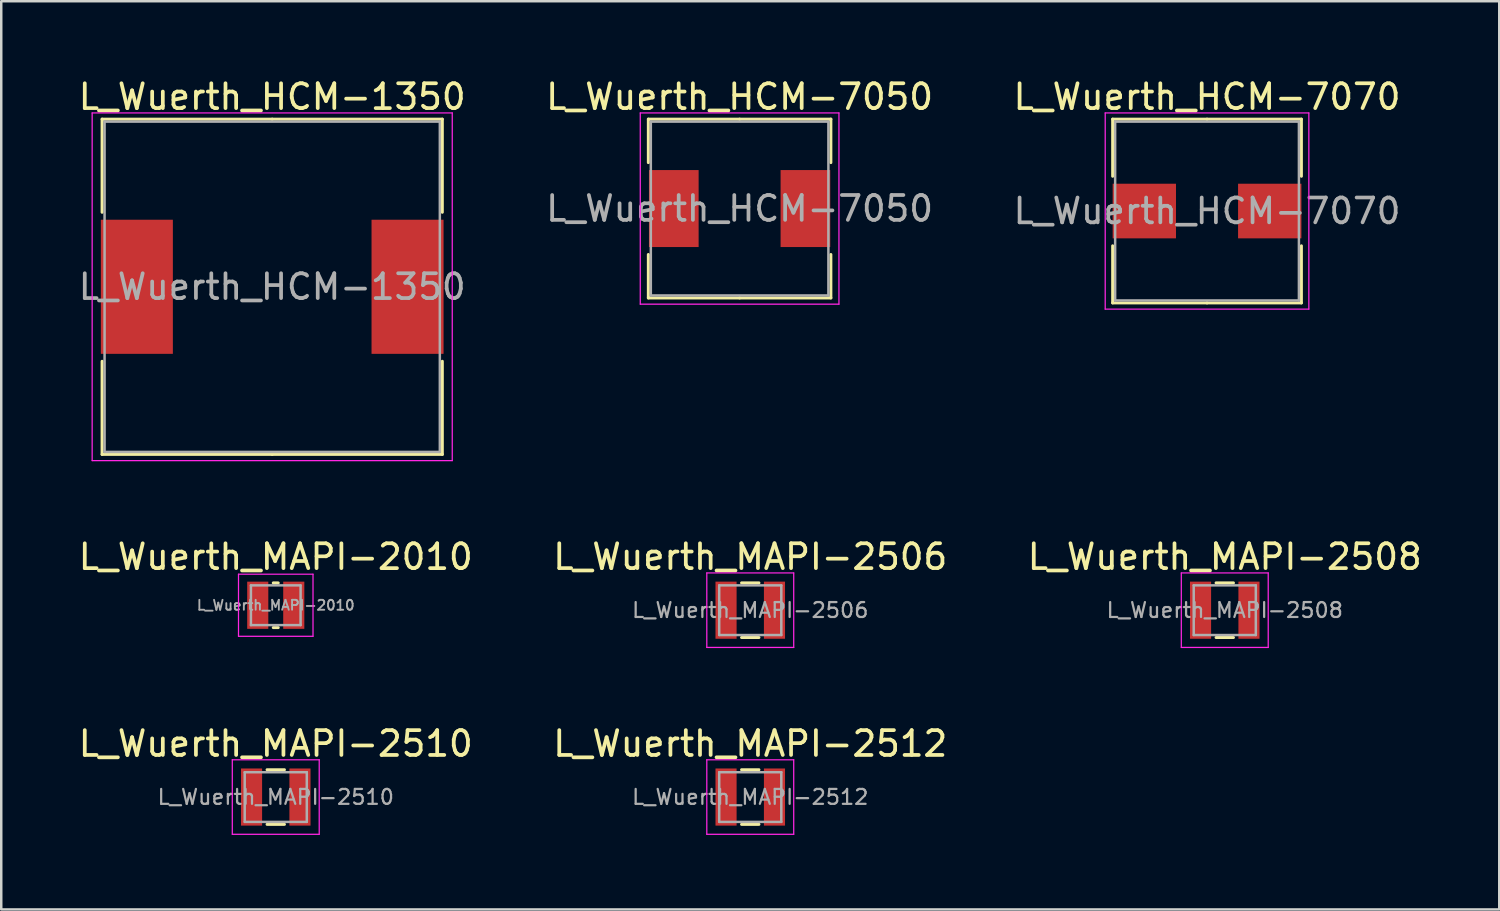
<source format=kicad_pcb>
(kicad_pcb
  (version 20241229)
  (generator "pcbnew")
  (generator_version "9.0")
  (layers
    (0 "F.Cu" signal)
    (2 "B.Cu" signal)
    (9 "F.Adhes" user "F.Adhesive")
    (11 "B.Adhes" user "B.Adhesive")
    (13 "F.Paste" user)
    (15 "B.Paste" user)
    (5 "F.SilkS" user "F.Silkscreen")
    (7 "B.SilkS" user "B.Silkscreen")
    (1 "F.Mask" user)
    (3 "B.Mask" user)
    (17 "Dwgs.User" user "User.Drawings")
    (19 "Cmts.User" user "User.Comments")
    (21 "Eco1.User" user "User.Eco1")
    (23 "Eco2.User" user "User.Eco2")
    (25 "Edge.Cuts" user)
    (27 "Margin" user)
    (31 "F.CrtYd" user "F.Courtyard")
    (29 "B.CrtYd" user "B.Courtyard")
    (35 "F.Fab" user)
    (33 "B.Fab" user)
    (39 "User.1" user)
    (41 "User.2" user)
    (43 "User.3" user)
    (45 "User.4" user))
  (footprint "L_Wuerth_MAPI-2510"
    (layer "F.Cu")
    (at 8.054 29.045)
    (property "Reference" "L_Wuerth_MAPI-2510" (at 0 -2.15 0) (layer "F.SilkS") (effects (font (size 1 1) (thickness 0.15))))
    (attr smd)
    (fp_line (start -0.35 -1.1) (end 0.35 -1.1) (stroke (width 0.12) (type solid)) (layer "F.SilkS"))
    (fp_line (start -0.35 1.1) (end 0.35 1.1) (stroke (width 0.12) (type solid)) (layer "F.SilkS"))
    (fp_line (start -1.75 -1.5) (end -1.75 1.5) (stroke (width 0.05) (type solid)) (layer "F.CrtYd"))
    (fp_line (start -1.75 1.5) (end 1.75 1.5) (stroke (width 0.05) (type solid)) (layer "F.CrtYd"))
    (fp_line (start 1.75 -1.5) (end -1.75 -1.5) (stroke (width 0.05) (type solid)) (layer "F.CrtYd"))
    (fp_line (start 1.75 1.5) (end 1.75 -1.5) (stroke (width 0.05) (type solid)) (layer "F.CrtYd"))
    (fp_line (start -1.25 -1) (end -1.25 1) (stroke (width 0.1) (type solid)) (layer "F.Fab"))
    (fp_line (start -1.25 1) (end 1.25 1) (stroke (width 0.1) (type solid)) (layer "F.Fab"))
    (fp_line (start 1.25 -1) (end -1.25 -1) (stroke (width 0.1) (type solid)) (layer "F.Fab"))
    (fp_line (start 1.25 1) (end 1.25 -1) (stroke (width 0.1) (type solid)) (layer "F.Fab"))
    (fp_text user "${REFERENCE}" (at 0 0 0) (layer "F.Fab") (effects (font (size 0.6 0.6) (thickness 0.09))))
    (pad "1" smd rect (at -0.975 0) (size 0.85 2.3) (layers "F.Cu" "F.Mask" "F.Paste"))
    (pad "2" smd rect (at 0.975 0) (size 0.85 2.3) (layers "F.Cu" "F.Mask" "F.Paste")))
  (footprint "L_Wuerth_MAPI-2010"
    (layer "F.Cu")
    (at 8.054 21.322)
    (property "Reference" "L_Wuerth_MAPI-2010" (at 0 -1.95 0) (layer "F.SilkS") (effects (font (size 1 1) (thickness 0.15))))
    (attr smd)
    (fp_line (start -0.1 -0.9) (end 0.1 -0.9) (stroke (width 0.12) (type solid)) (layer "F.SilkS"))
    (fp_line (start -0.1 0.9) (end 0.1 0.9) (stroke (width 0.12) (type solid)) (layer "F.SilkS"))
    (fp_line (start -1.5 -1.25) (end -1.5 1.25) (stroke (width 0.05) (type solid)) (layer "F.CrtYd"))
    (fp_line (start -1.5 1.25) (end 1.5 1.25) (stroke (width 0.05) (type solid)) (layer "F.CrtYd"))
    (fp_line (start 1.5 -1.25) (end -1.5 -1.25) (stroke (width 0.05) (type solid)) (layer "F.CrtYd"))
    (fp_line (start 1.5 1.25) (end 1.5 -1.25) (stroke (width 0.05) (type solid)) (layer "F.CrtYd"))
    (fp_line (start -1 -0.8) (end -1 0.8) (stroke (width 0.1) (type solid)) (layer "F.Fab"))
    (fp_line (start -1 0.8) (end 1 0.8) (stroke (width 0.1) (type solid)) (layer "F.Fab"))
    (fp_line (start 1 -0.8) (end -1 -0.8) (stroke (width 0.1) (type solid)) (layer "F.Fab"))
    (fp_line (start 1 0.8) (end 1 -0.8) (stroke (width 0.1) (type solid)) (layer "F.Fab"))
    (fp_text user "${REFERENCE}" (at 0 0 0) (layer "F.Fab") (effects (font (size 0.4 0.4) (thickness 0.075))))
    (pad "1" smd rect (at -0.725 0) (size 0.85 1.9) (layers "F.Cu" "F.Mask" "F.Paste"))
    (pad "2" smd rect (at 0.725 0) (size 0.85 1.9) (layers "F.Cu" "F.Mask" "F.Paste")))
  (footprint "L_Wuerth_HCM-7070"
    (layer "F.Cu")
    (at 45.554 5.448)
    (property "Reference" "L_Wuerth_HCM-7070" (at 0 -4.6 0) (layer "F.SilkS") (effects (font (size 1 1) (thickness 0.15))))
    (attr smd)
    (fp_line (start -3.8 -3.7) (end 0 -3.7) (stroke (width 0.12) (type solid)) (layer "F.SilkS"))
    (fp_line (start -3.8 -1.4) (end -3.8 -3.7) (stroke (width 0.12) (type solid)) (layer "F.SilkS"))
    (fp_line (start -3.8 1.4) (end -3.8 3.7) (stroke (width 0.12) (type solid)) (layer "F.SilkS"))
    (fp_line (start -3.8 3.7) (end 0 3.7) (stroke (width 0.12) (type solid)) (layer "F.SilkS"))
    (fp_line (start 3.8 -3.7) (end 0 -3.7) (stroke (width 0.12) (type solid)) (layer "F.SilkS"))
    (fp_line (start 3.8 -1.4) (end 3.8 -3.7) (stroke (width 0.12) (type solid)) (layer "F.SilkS"))
    (fp_line (start 3.8 1.4) (end 3.8 3.7) (stroke (width 0.12) (type solid)) (layer "F.SilkS"))
    (fp_line (start 3.8 3.7) (end 0 3.7) (stroke (width 0.12) (type solid)) (layer "F.SilkS"))
    (fp_line (start -4.1 -3.95) (end -4.1 3.95) (stroke (width 0.05) (type solid)) (layer "F.CrtYd"))
    (fp_line (start -4.1 3.95) (end 4.1 3.95) (stroke (width 0.05) (type solid)) (layer "F.CrtYd"))
    (fp_line (start 4.1 -3.95) (end -4.1 -3.95) (stroke (width 0.05) (type solid)) (layer "F.CrtYd"))
    (fp_line (start 4.1 3.95) (end 4.1 -3.95) (stroke (width 0.05) (type solid)) (layer "F.CrtYd"))
    (fp_line (start -3.7 -3.6) (end -3.7 3.6) (stroke (width 0.1) (type solid)) (layer "F.Fab"))
    (fp_line (start -3.7 3.6) (end 3.7 3.6) (stroke (width 0.1) (type solid)) (layer "F.Fab"))
    (fp_line (start 3.7 -3.6) (end -3.7 -3.6) (stroke (width 0.1) (type solid)) (layer "F.Fab"))
    (fp_line (start 3.7 3.6) (end 3.7 -3.6) (stroke (width 0.1) (type solid)) (layer "F.Fab"))
    (fp_text user "${REFERENCE}" (at 0 0 0) (layer "F.Fab") (effects (font (size 1 1) (thickness 0.15))))
    (pad "1" smd rect (at -2.525 0) (size 2.55 2.2) (layers "F.Cu" "F.Mask" "F.Paste"))
    (pad "2" smd rect (at 2.525 0) (size 2.55 2.2) (layers "F.Cu" "F.Mask" "F.Paste")))
  (footprint "L_Wuerth_MAPI-2506"
    (layer "F.Cu")
    (at 27.161 21.521)
    (property "Reference" "L_Wuerth_MAPI-2506" (at 0 -2.15 0) (layer "F.SilkS") (effects (font (size 1 1) (thickness 0.15))))
    (attr smd)
    (fp_line (start -0.35 -1.1) (end 0.35 -1.1) (stroke (width 0.12) (type solid)) (layer "F.SilkS"))
    (fp_line (start -0.35 1.1) (end 0.35 1.1) (stroke (width 0.12) (type solid)) (layer "F.SilkS"))
    (fp_line (start -1.75 -1.5) (end -1.75 1.5) (stroke (width 0.05) (type solid)) (layer "F.CrtYd"))
    (fp_line (start -1.75 1.5) (end 1.75 1.5) (stroke (width 0.05) (type solid)) (layer "F.CrtYd"))
    (fp_line (start 1.75 -1.5) (end -1.75 -1.5) (stroke (width 0.05) (type solid)) (layer "F.CrtYd"))
    (fp_line (start 1.75 1.5) (end 1.75 -1.5) (stroke (width 0.05) (type solid)) (layer "F.CrtYd"))
    (fp_line (start -1.25 -1) (end -1.25 1) (stroke (width 0.1) (type solid)) (layer "F.Fab"))
    (fp_line (start -1.25 1) (end 1.25 1) (stroke (width 0.1) (type solid)) (layer "F.Fab"))
    (fp_line (start 1.25 -1) (end -1.25 -1) (stroke (width 0.1) (type solid)) (layer "F.Fab"))
    (fp_line (start 1.25 1) (end 1.25 -1) (stroke (width 0.1) (type solid)) (layer "F.Fab"))
    (fp_text user "${REFERENCE}" (at 0 0 0) (layer "F.Fab") (effects (font (size 0.6 0.6) (thickness 0.09))))
    (pad "1" smd rect (at -0.975 0) (size 0.85 2.3) (layers "F.Cu" "F.Mask" "F.Paste"))
    (pad "2" smd rect (at 0.975 0) (size 0.85 2.3) (layers "F.Cu" "F.Mask" "F.Paste")))
  (footprint "L_Wuerth_HCM-7050"
    (layer "F.Cu")
    (at 26.732 5.348)
    (property "Reference" "L_Wuerth_HCM-7050" (at 0 -4.5 0) (layer "F.SilkS") (effects (font (size 1 1) (thickness 0.15))))
    (attr smd)
    (fp_line (start -3.675 -3.6) (end 0 -3.6) (stroke (width 0.12) (type solid)) (layer "F.SilkS"))
    (fp_line (start -3.675 -1.85) (end -3.675 -3.6) (stroke (width 0.12) (type solid)) (layer "F.SilkS"))
    (fp_line (start -3.675 1.85) (end -3.675 3.6) (stroke (width 0.12) (type solid)) (layer "F.SilkS"))
    (fp_line (start -3.675 3.6) (end 0 3.6) (stroke (width 0.12) (type solid)) (layer "F.SilkS"))
    (fp_line (start 3.675 -3.6) (end 0 -3.6) (stroke (width 0.12) (type solid)) (layer "F.SilkS"))
    (fp_line (start 3.675 -1.85) (end 3.675 -3.6) (stroke (width 0.12) (type solid)) (layer "F.SilkS"))
    (fp_line (start 3.675 1.85) (end 3.675 3.6) (stroke (width 0.12) (type solid)) (layer "F.SilkS"))
    (fp_line (start 3.675 3.6) (end 0 3.6) (stroke (width 0.12) (type solid)) (layer "F.SilkS"))
    (fp_line (start -4 -3.85) (end -4 3.85) (stroke (width 0.05) (type solid)) (layer "F.CrtYd"))
    (fp_line (start -4 3.85) (end 4 3.85) (stroke (width 0.05) (type solid)) (layer "F.CrtYd"))
    (fp_line (start 4 -3.85) (end -4 -3.85) (stroke (width 0.05) (type solid)) (layer "F.CrtYd"))
    (fp_line (start 4 3.85) (end 4 -3.85) (stroke (width 0.05) (type solid)) (layer "F.CrtYd"))
    (fp_line (start -3.575 -3.5) (end -3.575 3.5) (stroke (width 0.1) (type solid)) (layer "F.Fab"))
    (fp_line (start -3.575 3.5) (end 3.575 3.5) (stroke (width 0.1) (type solid)) (layer "F.Fab"))
    (fp_line (start 3.575 -3.5) (end -3.575 -3.5) (stroke (width 0.1) (type solid)) (layer "F.Fab"))
    (fp_line (start 3.575 3.5) (end 3.575 -3.5) (stroke (width 0.1) (type solid)) (layer "F.Fab"))
    (fp_text user "${REFERENCE}" (at 0 0 0) (layer "F.Fab") (effects (font (size 1 1) (thickness 0.15))))
    (pad "1" smd rect (at -2.65 0) (size 2 3.1) (layers "F.Cu" "F.Mask" "F.Paste"))
    (pad "2" smd rect (at 2.65 0) (size 2 3.1) (layers "F.Cu" "F.Mask" "F.Paste")))
  (footprint "L_Wuerth_MAPI-2508"
    (layer "F.Cu")
    (at 46.268 21.521)
    (property "Reference" "L_Wuerth_MAPI-2508" (at 0 -2.15 0) (layer "F.SilkS") (effects (font (size 1 1) (thickness 0.15))))
    (attr smd)
    (fp_line (start -0.35 -1.1) (end 0.35 -1.1) (stroke (width 0.12) (type solid)) (layer "F.SilkS"))
    (fp_line (start -0.35 1.1) (end 0.35 1.1) (stroke (width 0.12) (type solid)) (layer "F.SilkS"))
    (fp_line (start -1.75 -1.5) (end -1.75 1.5) (stroke (width 0.05) (type solid)) (layer "F.CrtYd"))
    (fp_line (start -1.75 1.5) (end 1.75 1.5) (stroke (width 0.05) (type solid)) (layer "F.CrtYd"))
    (fp_line (start 1.75 -1.5) (end -1.75 -1.5) (stroke (width 0.05) (type solid)) (layer "F.CrtYd"))
    (fp_line (start 1.75 1.5) (end 1.75 -1.5) (stroke (width 0.05) (type solid)) (layer "F.CrtYd"))
    (fp_line (start -1.25 -1) (end -1.25 1) (stroke (width 0.1) (type solid)) (layer "F.Fab"))
    (fp_line (start -1.25 1) (end 1.25 1) (stroke (width 0.1) (type solid)) (layer "F.Fab"))
    (fp_line (start 1.25 -1) (end -1.25 -1) (stroke (width 0.1) (type solid)) (layer "F.Fab"))
    (fp_line (start 1.25 1) (end 1.25 -1) (stroke (width 0.1) (type solid)) (layer "F.Fab"))
    (fp_text user "${REFERENCE}" (at 0 0 0) (layer "F.Fab") (effects (font (size 0.6 0.6) (thickness 0.09))))
    (pad "1" smd rect (at -0.975 0) (size 0.85 2.3) (layers "F.Cu" "F.Mask" "F.Paste"))
    (pad "2" smd rect (at 0.975 0) (size 0.85 2.3) (layers "F.Cu" "F.Mask" "F.Paste")))
  (footprint "L_Wuerth_MAPI-2512"
    (layer "F.Cu")
    (at 27.161 29.045)
    (property "Reference" "L_Wuerth_MAPI-2512" (at 0 -2.15 0) (layer "F.SilkS") (effects (font (size 1 1) (thickness 0.15))))
    (attr smd)
    (fp_line (start -0.35 -1.1) (end 0.35 -1.1) (stroke (width 0.12) (type solid)) (layer "F.SilkS"))
    (fp_line (start -0.35 1.1) (end 0.35 1.1) (stroke (width 0.12) (type solid)) (layer "F.SilkS"))
    (fp_line (start -1.75 -1.5) (end -1.75 1.5) (stroke (width 0.05) (type solid)) (layer "F.CrtYd"))
    (fp_line (start -1.75 1.5) (end 1.75 1.5) (stroke (width 0.05) (type solid)) (layer "F.CrtYd"))
    (fp_line (start 1.75 -1.5) (end -1.75 -1.5) (stroke (width 0.05) (type solid)) (layer "F.CrtYd"))
    (fp_line (start 1.75 1.5) (end 1.75 -1.5) (stroke (width 0.05) (type solid)) (layer "F.CrtYd"))
    (fp_line (start -1.25 -1) (end -1.25 1) (stroke (width 0.1) (type solid)) (layer "F.Fab"))
    (fp_line (start -1.25 1) (end 1.25 1) (stroke (width 0.1) (type solid)) (layer "F.Fab"))
    (fp_line (start 1.25 -1) (end -1.25 -1) (stroke (width 0.1) (type solid)) (layer "F.Fab"))
    (fp_line (start 1.25 1) (end 1.25 -1) (stroke (width 0.1) (type solid)) (layer "F.Fab"))
    (fp_text user "${REFERENCE}" (at 0 0 0) (layer "F.Fab") (effects (font (size 0.6 0.6) (thickness 0.09))))
    (pad "1" smd rect (at -0.975 0) (size 0.85 2.3) (layers "F.Cu" "F.Mask" "F.Paste"))
    (pad "2" smd rect (at 0.975 0) (size 0.85 2.3) (layers "F.Cu" "F.Mask" "F.Paste")))
  (footprint "L_Wuerth_HCM-1350"
    (layer "F.Cu")
    (at 7.911 8.498)
    (property "Reference" "L_Wuerth_HCM-1350" (at 0 -7.65 0) (layer "F.SilkS") (effects (font (size 1 1) (thickness 0.15))))
    (attr smd)
    (fp_line (start -6.85 -6.75) (end 0 -6.75) (stroke (width 0.12) (type solid)) (layer "F.SilkS"))
    (fp_line (start -6.85 -3) (end -6.85 -6.75) (stroke (width 0.12) (type solid)) (layer "F.SilkS"))
    (fp_line (start -6.85 3) (end -6.85 6.75) (stroke (width 0.12) (type solid)) (layer "F.SilkS"))
    (fp_line (start -6.85 6.75) (end 0 6.75) (stroke (width 0.12) (type solid)) (layer "F.SilkS"))
    (fp_line (start 6.85 -6.75) (end 0 -6.75) (stroke (width 0.12) (type solid)) (layer "F.SilkS"))
    (fp_line (start 6.85 -3) (end 6.85 -6.75) (stroke (width 0.12) (type solid)) (layer "F.SilkS"))
    (fp_line (start 6.85 3) (end 6.85 6.75) (stroke (width 0.12) (type solid)) (layer "F.SilkS"))
    (fp_line (start 6.85 6.75) (end 0 6.75) (stroke (width 0.12) (type solid)) (layer "F.SilkS"))
    (fp_line (start -7.25 -7) (end -7.25 7) (stroke (width 0.05) (type solid)) (layer "F.CrtYd"))
    (fp_line (start -7.25 7) (end 7.25 7) (stroke (width 0.05) (type solid)) (layer "F.CrtYd"))
    (fp_line (start 7.25 -7) (end -7.25 -7) (stroke (width 0.05) (type solid)) (layer "F.CrtYd"))
    (fp_line (start 7.25 7) (end 7.25 -7) (stroke (width 0.05) (type solid)) (layer "F.CrtYd"))
    (fp_line (start -6.75 -6.65) (end -6.75 6.65) (stroke (width 0.1) (type solid)) (layer "F.Fab"))
    (fp_line (start -6.75 6.65) (end 6.75 6.65) (stroke (width 0.1) (type solid)) (layer "F.Fab"))
    (fp_line (start 6.75 -6.65) (end -6.75 -6.65) (stroke (width 0.1) (type solid)) (layer "F.Fab"))
    (fp_line (start 6.75 6.65) (end 6.75 -6.65) (stroke (width 0.1) (type solid)) (layer "F.Fab"))
    (fp_text user "${REFERENCE}" (at 0 0 0) (layer "F.Fab") (effects (font (size 1 1) (thickness 0.15))))
    (pad "1" smd rect (at -5.45 0) (size 2.9 5.4) (layers "F.Cu" "F.Mask" "F.Paste"))
    (pad "2" smd rect (at 5.45 0) (size 2.9 5.4) (layers "F.Cu" "F.Mask" "F.Paste")))
  (gr_rect
    (start -3 -3)
    (end 57.321 33.57)
    (stroke (width 0.1) (type default))
    (fill no)
    (layer "Edge.Cuts")))
</source>
